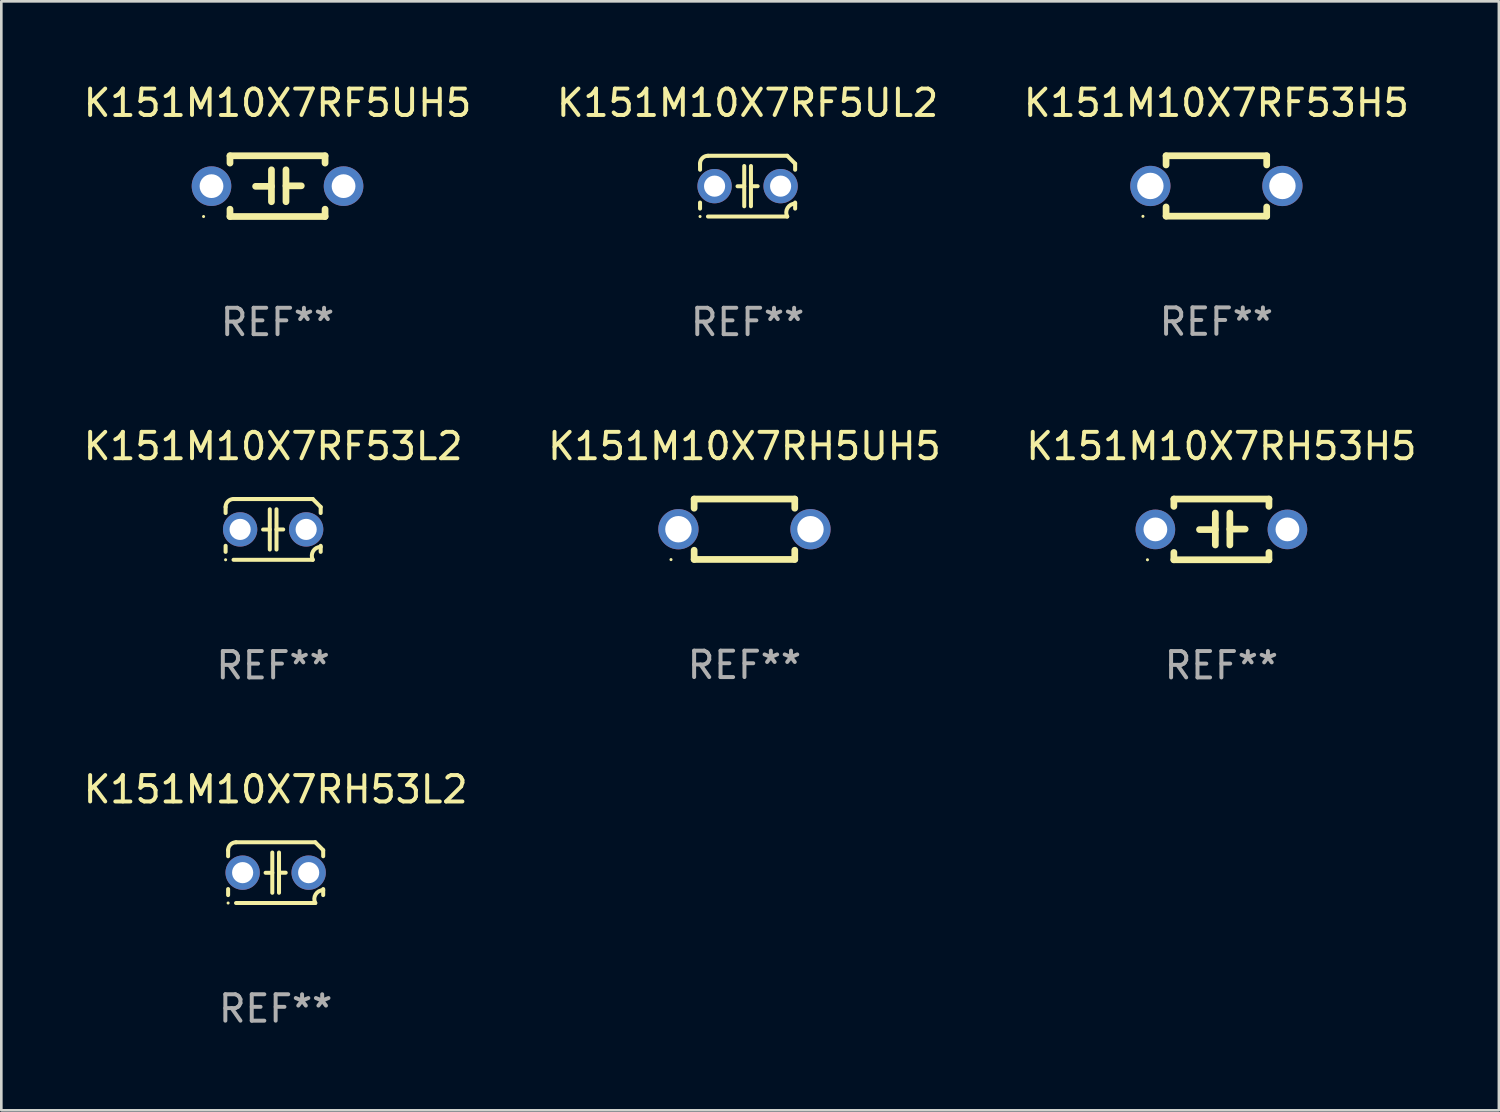
<source format=kicad_pcb>
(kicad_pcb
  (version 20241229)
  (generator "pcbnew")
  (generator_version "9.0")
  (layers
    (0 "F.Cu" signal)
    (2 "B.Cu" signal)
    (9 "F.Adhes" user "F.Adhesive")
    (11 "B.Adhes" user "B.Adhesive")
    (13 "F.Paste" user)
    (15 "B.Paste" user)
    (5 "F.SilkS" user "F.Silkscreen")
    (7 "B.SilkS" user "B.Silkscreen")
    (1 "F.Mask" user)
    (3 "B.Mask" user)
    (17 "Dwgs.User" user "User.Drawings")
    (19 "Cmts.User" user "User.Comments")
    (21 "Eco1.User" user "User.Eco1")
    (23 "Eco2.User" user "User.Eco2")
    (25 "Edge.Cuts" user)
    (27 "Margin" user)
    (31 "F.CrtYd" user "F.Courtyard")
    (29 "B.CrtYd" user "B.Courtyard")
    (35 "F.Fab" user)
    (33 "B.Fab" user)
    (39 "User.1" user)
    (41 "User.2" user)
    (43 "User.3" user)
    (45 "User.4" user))
  (footprint "K151M10X7RF53H5"
    (layer "F.Cu")
    (at 43.006 3.991)
    (property "Reference" "K151M10X7RF53H5" (at 0 -3.143 0) (layer "F.SilkS") (effects (font (size 1 1) (thickness 0.15))))
    (attr through_hole)
    (fp_line (start -1.905 -1.143) (end 1.905 -1.143) (stroke (width 0.254) (type solid)) (layer "F.SilkS"))
    (fp_line (start -1.905 -0.795) (end -1.905 -1.143) (stroke (width 0.254) (type solid)) (layer "F.SilkS"))
    (fp_line (start -1.905 1.143) (end -1.905 0.795) (stroke (width 0.254) (type solid)) (layer "F.SilkS"))
    (fp_line (start 1.905 -1.143) (end 1.905 -0.795) (stroke (width 0.254) (type solid)) (layer "F.SilkS"))
    (fp_line (start 1.905 0.795) (end 1.905 1.143) (stroke (width 0.254) (type solid)) (layer "F.SilkS"))
    (fp_line (start 1.905 1.143) (end -1.905 1.143) (stroke (width 0.254) (type solid)) (layer "F.SilkS"))
    (fp_circle (center -2.781 1.15) (end -2.751 1.15) (stroke (width 0.06) (type solid)) (fill no) (layer "F.SilkS"))
    (fp_text user "REF**" (at 0 5.143 0) (layer "F.Fab") (effects (font (size 1 1) (thickness 0.15))))
    (pad "1" thru_hole circle (at -2.5 0) (size 1.524 1.524) (drill 1) (layers "*.Cu" "*.Mask"))
    (pad "2" thru_hole circle (at 2.5 0) (size 1.524 1.524) (drill 1) (layers "*.Cu" "*.Mask")))
  (footprint "K151M10X7RF53L2"
    (layer "F.Cu")
    (at 7.292 16.995)
    (property "Reference" "K151M10X7RF53L2" (at 0 -3.15 0) (layer "F.SilkS") (effects (font (size 1 1) (thickness 0.15))))
    (attr through_hole)
    (fp_line (start -1.8 -0.621) (end -1.8 -0.85) (stroke (width 0.152) (type solid)) (layer "F.SilkS"))
    (fp_line (start -1.8 0.85) (end -1.8 0.621) (stroke (width 0.152) (type solid)) (layer "F.SilkS"))
    (fp_line (start -1.5 -1.15) (end 1.5 -1.15) (stroke (width 0.152) (type solid)) (layer "F.SilkS"))
    (fp_line (start -0.127 -0.762) (end -0.127 0.762) (stroke (width 0.152) (type solid)) (layer "F.SilkS"))
    (fp_line (start -0.127 0.005) (end -0.381 0.005) (stroke (width 0.152) (type solid)) (layer "F.SilkS"))
    (fp_line (start 0.127 -0.762) (end 0.127 0.762) (stroke (width 0.152) (type solid)) (layer "F.SilkS"))
    (fp_line (start 0.127 0.002) (end 0.381 0.002) (stroke (width 0.152) (type solid)) (layer "F.SilkS"))
    (fp_line (start 1.5 1.15) (end -1.5 1.15) (stroke (width 0.152) (type solid)) (layer "F.SilkS"))
    (fp_line (start 1.8 -0.85) (end 1.8 -0.621) (stroke (width 0.152) (type solid)) (layer "F.SilkS"))
    (fp_line (start 1.8 0.621) (end 1.8 0.85) (stroke (width 0.152) (type solid)) (layer "F.SilkS"))
    (fp_arc (start -1.799975 -0.849987) (mid -1.712107 -1.062119) (end -1.499975 -1.149987) (stroke (width 0.151994) (type solid)) (layer "F.SilkS"))
    (fp_arc (start 1.499975 1.149987) (mid 1.513726 0.822359) (end 1.799975 0.662387) (stroke (width 0.151994) (type solid)) (layer "F.SilkS"))
    (fp_arc (start 1.500001 -1.149986) (mid 1.650015 -1.000001) (end 1.8 -0.849987) (stroke (width 0.151994) (type solid)) (layer "F.SilkS"))
    (fp_circle (center -1.8 1.15) (end -1.77 1.15) (stroke (width 0.06) (type solid)) (fill no) (layer "F.SilkS"))
    (fp_text user "REF**" (at 0 5.15 0) (layer "F.Fab") (effects (font (size 1 1) (thickness 0.15))))
    (pad "1" thru_hole circle (at -1.25 0) (size 1.3 1.3) (drill 0.8) (layers "*.Cu" "*.Mask"))
    (pad "2" thru_hole circle (at 1.25 0) (size 1.3 1.3) (drill 0.8) (layers "*.Cu" "*.Mask")))
  (footprint "K151M10X7RH53L2"
    (layer "F.Cu")
    (at 7.387 29.991)
    (property "Reference" "K151M10X7RH53L2" (at 0 -3.15 0) (layer "F.SilkS") (effects (font (size 1 1) (thickness 0.15))))
    (attr through_hole)
    (fp_line (start -1.8 -0.621) (end -1.8 -0.85) (stroke (width 0.152) (type solid)) (layer "F.SilkS"))
    (fp_line (start -1.8 0.85) (end -1.8 0.621) (stroke (width 0.152) (type solid)) (layer "F.SilkS"))
    (fp_line (start -1.5 -1.15) (end 1.5 -1.15) (stroke (width 0.152) (type solid)) (layer "F.SilkS"))
    (fp_line (start -0.127 -0.762) (end -0.127 0.762) (stroke (width 0.152) (type solid)) (layer "F.SilkS"))
    (fp_line (start -0.127 0.005) (end -0.381 0.005) (stroke (width 0.152) (type solid)) (layer "F.SilkS"))
    (fp_line (start 0.127 -0.762) (end 0.127 0.762) (stroke (width 0.152) (type solid)) (layer "F.SilkS"))
    (fp_line (start 0.127 0.002) (end 0.381 0.002) (stroke (width 0.152) (type solid)) (layer "F.SilkS"))
    (fp_line (start 1.5 1.15) (end -1.5 1.15) (stroke (width 0.152) (type solid)) (layer "F.SilkS"))
    (fp_line (start 1.8 -0.85) (end 1.8 -0.621) (stroke (width 0.152) (type solid)) (layer "F.SilkS"))
    (fp_line (start 1.8 0.621) (end 1.8 0.85) (stroke (width 0.152) (type solid)) (layer "F.SilkS"))
    (fp_arc (start -1.799975 -0.849987) (mid -1.712107 -1.062119) (end -1.499975 -1.149987) (stroke (width 0.151994) (type solid)) (layer "F.SilkS"))
    (fp_arc (start 1.499975 1.149987) (mid 1.513726 0.822359) (end 1.799975 0.662387) (stroke (width 0.151994) (type solid)) (layer "F.SilkS"))
    (fp_arc (start 1.500001 -1.149986) (mid 1.650015 -1.000001) (end 1.8 -0.849987) (stroke (width 0.151994) (type solid)) (layer "F.SilkS"))
    (fp_circle (center -1.8 1.15) (end -1.77 1.15) (stroke (width 0.06) (type solid)) (fill no) (layer "F.SilkS"))
    (fp_text user "REF**" (at 0 5.15 0) (layer "F.Fab") (effects (font (size 1 1) (thickness 0.15))))
    (pad "1" thru_hole circle (at -1.25 0) (size 1.3 1.3) (drill 0.8) (layers "*.Cu" "*.Mask"))
    (pad "2" thru_hole circle (at 1.25 0) (size 1.3 1.3) (drill 0.8) (layers "*.Cu" "*.Mask")))
  (footprint "K151M10X7RF5UH5"
    (layer "F.Cu")
    (at 7.458 3.998)
    (property "Reference" "K151M10X7RF5UH5" (at 0 -3.15 0) (layer "F.SilkS") (effects (font (size 1 1) (thickness 0.15))))
    (attr through_hole)
    (fp_line (start -1.8 -1.15) (end -1.8 -0.872) (stroke (width 0.254) (type solid)) (layer "F.SilkS"))
    (fp_line (start -1.8 -1.15) (end 1.8 -1.15) (stroke (width 0.254) (type solid)) (layer "F.SilkS"))
    (fp_line (start -1.8 0.872) (end -1.8 1.15) (stroke (width 0.254) (type solid)) (layer "F.SilkS"))
    (fp_line (start -1.8 1.15) (end 1.8 1.15) (stroke (width 0.254) (type solid)) (layer "F.SilkS"))
    (fp_line (start -0.23 -0.62) (end -0.23 0.59) (stroke (width 0.254) (type solid)) (layer "F.SilkS"))
    (fp_line (start -0.23 0.007) (end -0.83 0.007) (stroke (width 0.254) (type solid)) (layer "F.SilkS"))
    (fp_line (start 0.32 -0.62) (end 0.32 0.59) (stroke (width 0.254) (type solid)) (layer "F.SilkS"))
    (fp_line (start 0.32 -0.012) (end 0.9 -0.012) (stroke (width 0.254) (type solid)) (layer "F.SilkS"))
    (fp_line (start 1.8 -1.15) (end 1.8 -0.872) (stroke (width 0.254) (type solid)) (layer "F.SilkS"))
    (fp_line (start 1.8 0.872) (end 1.8 1.15) (stroke (width 0.254) (type solid)) (layer "F.SilkS"))
    (fp_circle (center -2.8 1.15) (end -2.77 1.15) (stroke (width 0.06) (type solid)) (fill no) (layer "F.SilkS"))
    (fp_text user "REF**" (at 0 5.15 0) (layer "F.Fab") (effects (font (size 1 1) (thickness 0.15))))
    (pad "1" thru_hole circle (at -2.5 0) (size 1.5 1.5) (drill 0.9) (layers "*.Cu" "*.Mask"))
    (pad "2" thru_hole circle (at 2.5 0) (size 1.5 1.5) (drill 0.9) (layers "*.Cu" "*.Mask")))
  (footprint "K151M10X7RH5UH5"
    (layer "F.Cu")
    (at 25.137 16.988)
    (property "Reference" "K151M10X7RH5UH5" (at 0 -3.143 0) (layer "F.SilkS") (effects (font (size 1 1) (thickness 0.15))))
    (attr through_hole)
    (fp_line (start -1.905 -1.143) (end 1.905 -1.143) (stroke (width 0.254) (type solid)) (layer "F.SilkS"))
    (fp_line (start -1.905 -0.795) (end -1.905 -1.143) (stroke (width 0.254) (type solid)) (layer "F.SilkS"))
    (fp_line (start -1.905 1.143) (end -1.905 0.795) (stroke (width 0.254) (type solid)) (layer "F.SilkS"))
    (fp_line (start 1.905 -1.143) (end 1.905 -0.795) (stroke (width 0.254) (type solid)) (layer "F.SilkS"))
    (fp_line (start 1.905 0.795) (end 1.905 1.143) (stroke (width 0.254) (type solid)) (layer "F.SilkS"))
    (fp_line (start 1.905 1.143) (end -1.905 1.143) (stroke (width 0.254) (type solid)) (layer "F.SilkS"))
    (fp_circle (center -2.781 1.15) (end -2.751 1.15) (stroke (width 0.06) (type solid)) (fill no) (layer "F.SilkS"))
    (fp_text user "REF**" (at 0 5.143 0) (layer "F.Fab") (effects (font (size 1 1) (thickness 0.15))))
    (pad "1" thru_hole circle (at -2.5 0) (size 1.524 1.524) (drill 1) (layers "*.Cu" "*.Mask"))
    (pad "2" thru_hole circle (at 2.5 0) (size 1.524 1.524) (drill 1) (layers "*.Cu" "*.Mask")))
  (footprint "K151M10X7RH53H5"
    (layer "F.Cu")
    (at 43.196 16.995)
    (property "Reference" "K151M10X7RH53H5" (at 0 -3.15 0) (layer "F.SilkS") (effects (font (size 1 1) (thickness 0.15))))
    (attr through_hole)
    (fp_line (start -1.8 -1.15) (end -1.8 -0.872) (stroke (width 0.254) (type solid)) (layer "F.SilkS"))
    (fp_line (start -1.8 -1.15) (end 1.8 -1.15) (stroke (width 0.254) (type solid)) (layer "F.SilkS"))
    (fp_line (start -1.8 0.872) (end -1.8 1.15) (stroke (width 0.254) (type solid)) (layer "F.SilkS"))
    (fp_line (start -1.8 1.15) (end 1.8 1.15) (stroke (width 0.254) (type solid)) (layer "F.SilkS"))
    (fp_line (start -0.23 -0.62) (end -0.23 0.59) (stroke (width 0.254) (type solid)) (layer "F.SilkS"))
    (fp_line (start -0.23 0.007) (end -0.83 0.007) (stroke (width 0.254) (type solid)) (layer "F.SilkS"))
    (fp_line (start 0.32 -0.62) (end 0.32 0.59) (stroke (width 0.254) (type solid)) (layer "F.SilkS"))
    (fp_line (start 0.32 -0.012) (end 0.9 -0.012) (stroke (width 0.254) (type solid)) (layer "F.SilkS"))
    (fp_line (start 1.8 -1.15) (end 1.8 -0.872) (stroke (width 0.254) (type solid)) (layer "F.SilkS"))
    (fp_line (start 1.8 0.872) (end 1.8 1.15) (stroke (width 0.254) (type solid)) (layer "F.SilkS"))
    (fp_circle (center -2.8 1.15) (end -2.77 1.15) (stroke (width 0.06) (type solid)) (fill no) (layer "F.SilkS"))
    (fp_text user "REF**" (at 0 5.15 0) (layer "F.Fab") (effects (font (size 1 1) (thickness 0.15))))
    (pad "1" thru_hole circle (at -2.5 0) (size 1.5 1.5) (drill 0.9) (layers "*.Cu" "*.Mask"))
    (pad "2" thru_hole circle (at 2.5 0) (size 1.5 1.5) (drill 0.9) (layers "*.Cu" "*.Mask")))
  (footprint "K151M10X7RF5UL2"
    (layer "F.Cu")
    (at 25.256 3.998)
    (property "Reference" "K151M10X7RF5UL2" (at 0 -3.15 0) (layer "F.SilkS") (effects (font (size 1 1) (thickness 0.15))))
    (attr through_hole)
    (fp_line (start -1.8 -0.621) (end -1.8 -0.85) (stroke (width 0.152) (type solid)) (layer "F.SilkS"))
    (fp_line (start -1.8 0.85) (end -1.8 0.621) (stroke (width 0.152) (type solid)) (layer "F.SilkS"))
    (fp_line (start -1.5 -1.15) (end 1.5 -1.15) (stroke (width 0.152) (type solid)) (layer "F.SilkS"))
    (fp_line (start -0.127 -0.762) (end -0.127 0.762) (stroke (width 0.152) (type solid)) (layer "F.SilkS"))
    (fp_line (start -0.127 0.005) (end -0.381 0.005) (stroke (width 0.152) (type solid)) (layer "F.SilkS"))
    (fp_line (start 0.127 -0.762) (end 0.127 0.762) (stroke (width 0.152) (type solid)) (layer "F.SilkS"))
    (fp_line (start 0.127 0.002) (end 0.381 0.002) (stroke (width 0.152) (type solid)) (layer "F.SilkS"))
    (fp_line (start 1.5 1.15) (end -1.5 1.15) (stroke (width 0.152) (type solid)) (layer "F.SilkS"))
    (fp_line (start 1.8 -0.85) (end 1.8 -0.621) (stroke (width 0.152) (type solid)) (layer "F.SilkS"))
    (fp_line (start 1.8 0.621) (end 1.8 0.85) (stroke (width 0.152) (type solid)) (layer "F.SilkS"))
    (fp_arc (start -1.799975 -0.849987) (mid -1.712107 -1.062119) (end -1.499975 -1.149987) (stroke (width 0.151994) (type solid)) (layer "F.SilkS"))
    (fp_arc (start 1.499975 1.149987) (mid 1.513726 0.822359) (end 1.799975 0.662387) (stroke (width 0.151994) (type solid)) (layer "F.SilkS"))
    (fp_arc (start 1.500001 -1.149986) (mid 1.650015 -1.000001) (end 1.8 -0.849987) (stroke (width 0.151994) (type solid)) (layer "F.SilkS"))
    (fp_circle (center -1.8 1.15) (end -1.77 1.15) (stroke (width 0.06) (type solid)) (fill no) (layer "F.SilkS"))
    (fp_text user "REF**" (at 0 5.15 0) (layer "F.Fab") (effects (font (size 1 1) (thickness 0.15))))
    (pad "1" thru_hole circle (at -1.25 0) (size 1.3 1.3) (drill 0.8) (layers "*.Cu" "*.Mask"))
    (pad "2" thru_hole circle (at 1.25 0) (size 1.3 1.3) (drill 0.8) (layers "*.Cu" "*.Mask")))
  (gr_rect
    (start -3 -3)
    (end 53.702 38.99)
    (stroke (width 0.1) (type default))
    (fill no)
    (layer "Edge.Cuts")))
</source>
